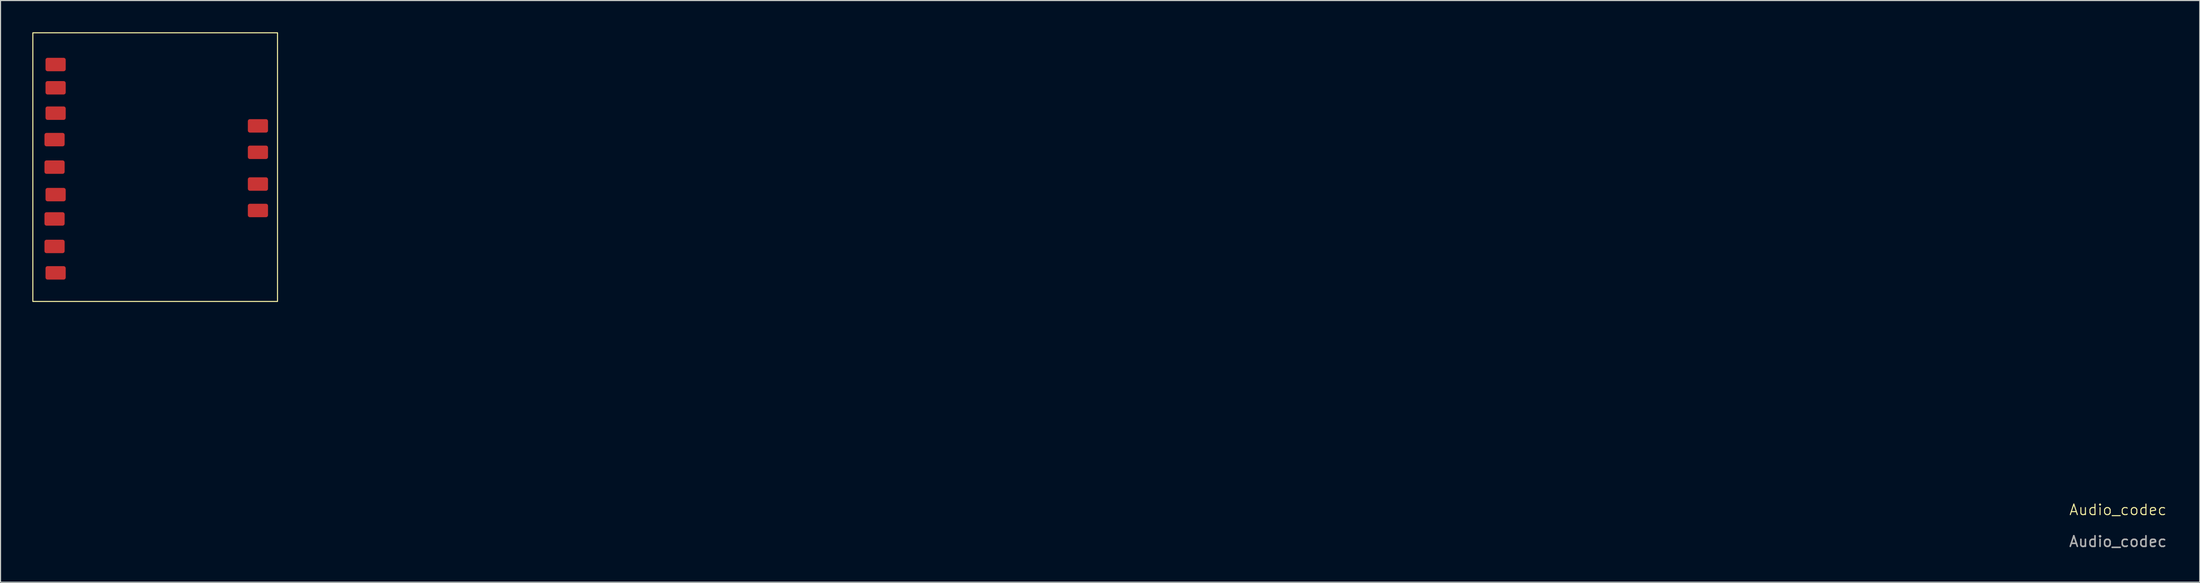
<source format=kicad_pcb>
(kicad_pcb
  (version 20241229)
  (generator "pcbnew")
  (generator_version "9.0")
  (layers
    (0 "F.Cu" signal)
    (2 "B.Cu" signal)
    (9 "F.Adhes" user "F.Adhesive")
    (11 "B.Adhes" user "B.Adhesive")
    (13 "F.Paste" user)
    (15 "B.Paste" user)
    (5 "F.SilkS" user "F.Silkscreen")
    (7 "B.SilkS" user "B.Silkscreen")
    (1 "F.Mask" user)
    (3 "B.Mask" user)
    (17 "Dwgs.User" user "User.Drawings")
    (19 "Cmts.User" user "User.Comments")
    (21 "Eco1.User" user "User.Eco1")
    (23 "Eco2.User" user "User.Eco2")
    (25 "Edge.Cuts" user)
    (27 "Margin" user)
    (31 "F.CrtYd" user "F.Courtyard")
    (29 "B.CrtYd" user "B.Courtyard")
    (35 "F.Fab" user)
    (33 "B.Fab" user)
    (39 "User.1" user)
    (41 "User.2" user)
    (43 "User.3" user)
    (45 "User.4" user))
  (footprint "Audio_codec"
    (layer "F.Cu")
    (at 11.6 12.75)
    (property "Reference" "Audio_codec" (at 185.3 32.4 0) (unlocked yes) (layer "F.SilkS") (effects (font (size 1 1) (thickness 0.1))))
    (attr smd)
    (fp_rect (start -11.55 -12.7) (end 11.55 12.7) (stroke (width 0.1) (type default)) (fill no) (layer "F.SilkS"))
    (fp_text user "${REFERENCE}" (at 185.3 35.4 0) (unlocked yes) (layer "F.Fab") (effects (font (size 1 1) (thickness 0.15))))
    (pad "1" smd roundrect (at -9.4 -9.7) (size 1.905 1.27) (layers "F.Cu" "F.Mask" "F.Paste") (roundrect_rratio 0.15))
    (pad "2" smd roundrect (at -9.4 -7.5) (size 1.905 1.27) (layers "F.Cu" "F.Mask" "F.Paste") (roundrect_rratio 0.15))
    (pad "3" smd roundrect (at -9.4 -5.1) (size 1.905 1.27) (layers "F.Cu" "F.Mask" "F.Paste") (roundrect_rratio 0.15))
    (pad "4" smd roundrect (at -9.5 -2.6) (size 1.905 1.27) (layers "F.Cu" "F.Mask" "F.Paste") (roundrect_rratio 0.15))
    (pad "5" smd roundrect (at -9.5 0) (size 1.905 1.27) (layers "F.Cu" "F.Mask" "F.Paste") (roundrect_rratio 0.15))
    (pad "6" smd roundrect (at -9.4 2.6) (size 1.905 1.27) (layers "F.Cu" "F.Mask" "F.Paste") (roundrect_rratio 0.15))
    (pad "7" smd roundrect (at -9.5 4.9) (size 1.905 1.27) (layers "F.Cu" "F.Mask" "F.Paste") (roundrect_rratio 0.15))
    (pad "8" smd roundrect (at -9.5 7.5) (size 1.905 1.27) (layers "F.Cu" "F.Mask" "F.Paste") (roundrect_rratio 0.15))
    (pad "9" smd roundrect (at -9.4 10) (size 1.905 1.27) (layers "F.Cu" "F.Mask" "F.Paste") (roundrect_rratio 0.15))
    (pad "10" smd roundrect (at 9.7 -3.9) (size 1.905 1.27) (layers "F.Cu" "F.Mask" "F.Paste") (roundrect_rratio 0.15))
    (pad "11" smd roundrect (at 9.7 -1.4) (size 1.905 1.27) (layers "F.Cu" "F.Mask" "F.Paste") (roundrect_rratio 0.15))
    (pad "12" smd roundrect (at 9.7 1.6) (size 1.905 1.27) (layers "F.Cu" "F.Mask" "F.Paste") (roundrect_rratio 0.15))
    (pad "13" smd roundrect (at 9.7 4.1) (size 1.905 1.27) (layers "F.Cu" "F.Mask" "F.Paste") (roundrect_rratio 0.15)))
  (gr_rect
    (start -3 -3)
    (end 204.62 51.998)
    (stroke (width 0.1) (type default))
    (fill no)
    (layer "Edge.Cuts")))
</source>
